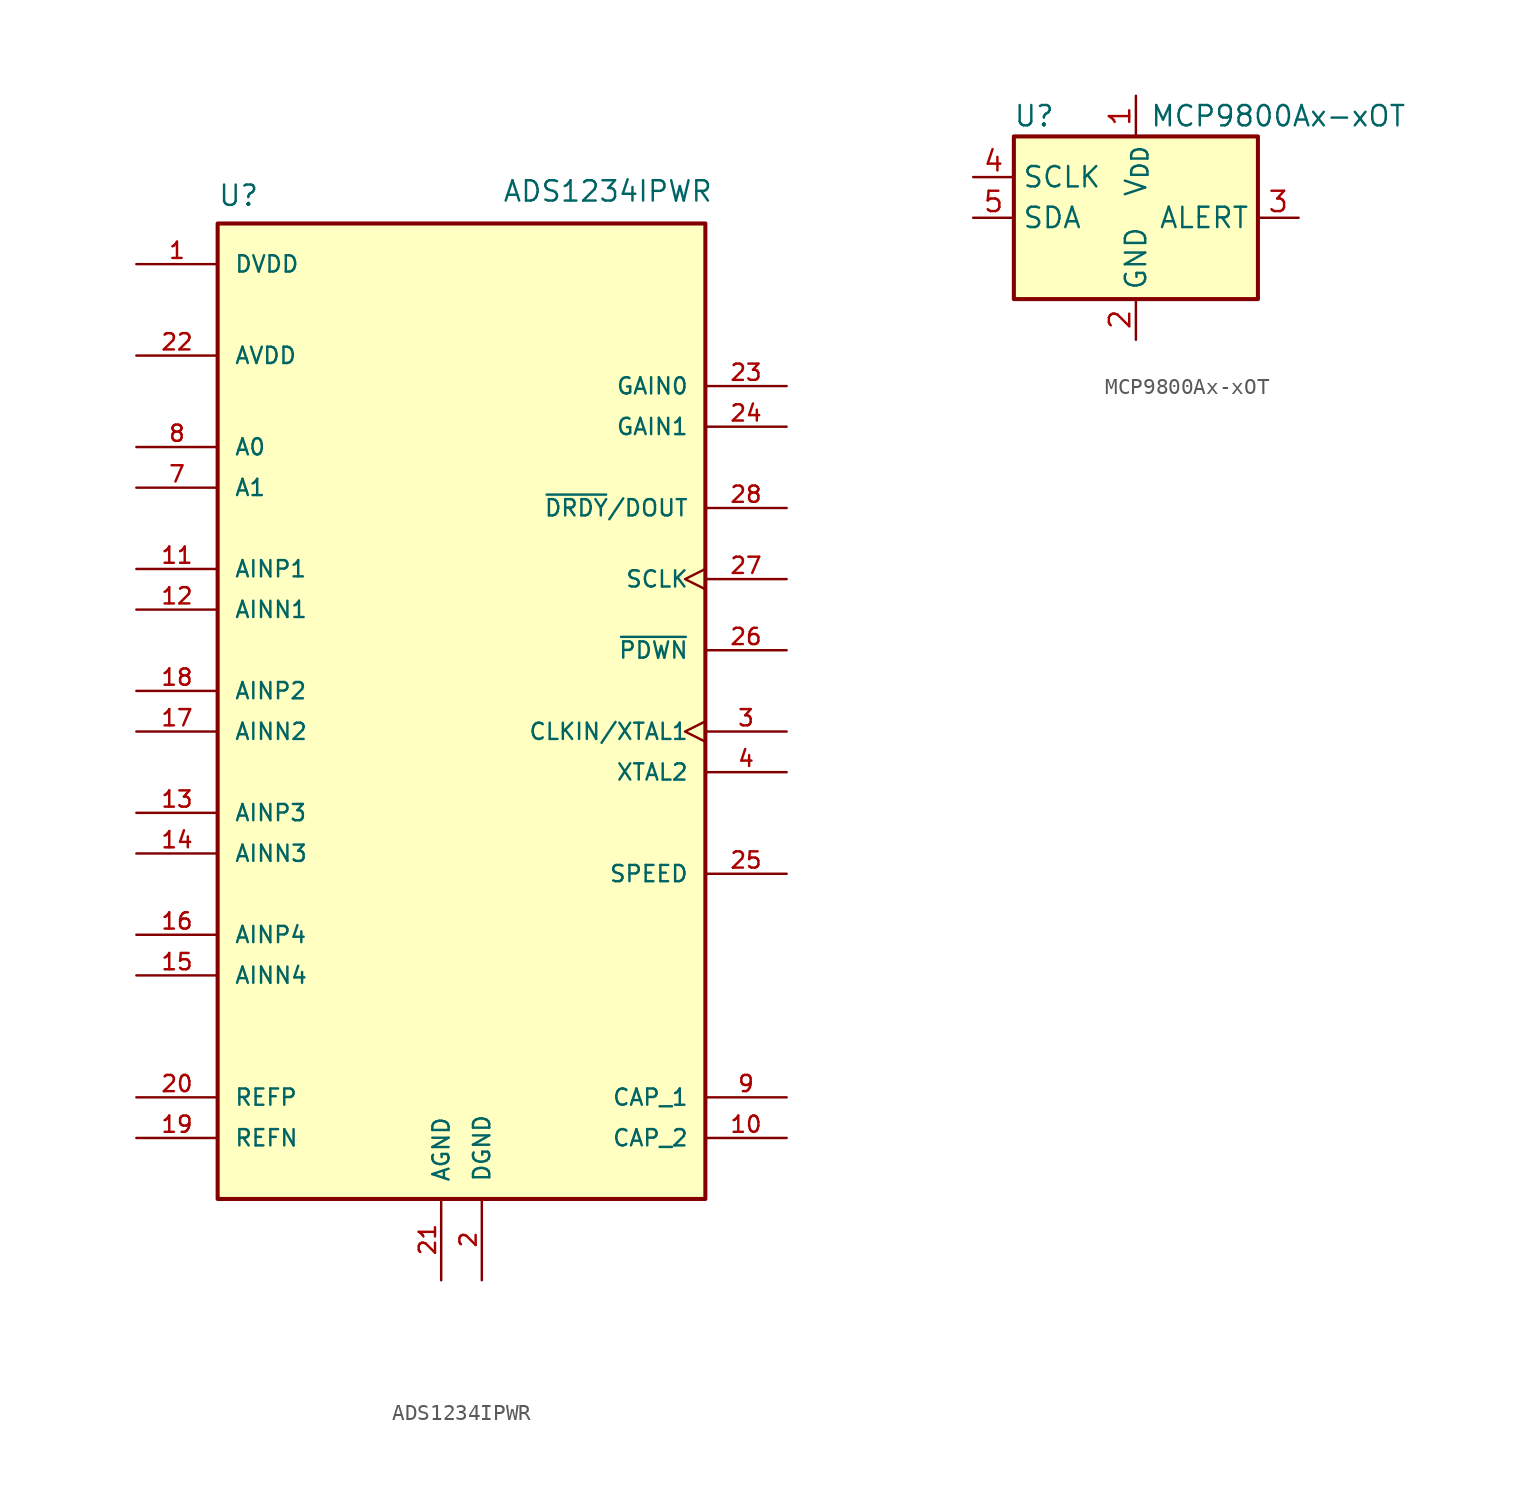
<source format=kicad_sym>
(kicad_symbol_lib
  (version 20220914)
  (generator kicad_symbol_editor)
  (symbol "ADS1234IPWR"
    (pin_names
      (offset 1.016))
    (property "Reference" "U"
      (at -15.24 31.48 0)
      (effects (font (size 1.27 1.27)) (justify left bottom)))
    (property "Value" "ADS1234IPWR"
      (at 2.54 31.75 0)
      (effects (font (size 1.27 1.27)) (justify left bottom)))
    (symbol "ADS1234IPWR_0_0"
      (rectangle (start -15.24 30.48) (end 15.24 -30.48) (stroke (width 0.254) (type default)) (fill (type background)))
      (pin power_in line (at -20.32 27.94 0) (length 5.08) (name "DVDD" (effects (font (size 1.016 1.016)))) (number "1" (effects (font (size 1.016 1.016)))))
      (pin passive line (at 20.32 -26.67 180) (length 5.08) (name "CAP_2" (effects (font (size 1.016 1.016)))) (number "10" (effects (font (size 1.016 1.016)))))
      (pin input line (at -20.32 8.89 0) (length 5.08) (name "AINP1" (effects (font (size 1.016 1.016)))) (number "11" (effects (font (size 1.016 1.016)))))
      (pin input line (at -20.32 6.35 0) (length 5.08) (name "AINN1" (effects (font (size 1.016 1.016)))) (number "12" (effects (font (size 1.016 1.016)))))
      (pin input line (at -20.32 -6.35 0) (length 5.08) (name "AINP3" (effects (font (size 1.016 1.016)))) (number "13" (effects (font (size 1.016 1.016)))))
      (pin input line (at -20.32 -8.89 0) (length 5.08) (name "AINN3" (effects (font (size 1.016 1.016)))) (number "14" (effects (font (size 1.016 1.016)))))
      (pin input line (at -20.32 -16.51 0) (length 5.08) (name "AINN4" (effects (font (size 1.016 1.016)))) (number "15" (effects (font (size 1.016 1.016)))))
      (pin input line (at -20.32 -13.97 0) (length 5.08) (name "AINP4" (effects (font (size 1.016 1.016)))) (number "16" (effects (font (size 1.016 1.016)))))
      (pin input line (at -20.32 -1.27 0) (length 5.08) (name "AINN2" (effects (font (size 1.016 1.016)))) (number "17" (effects (font (size 1.016 1.016)))))
      (pin input line (at -20.32 1.27 0) (length 5.08) (name "AINP2" (effects (font (size 1.016 1.016)))) (number "18" (effects (font (size 1.016 1.016)))))
      (pin input line (at -20.32 -26.67 0) (length 5.08) (name "REFN" (effects (font (size 1.016 1.016)))) (number "19" (effects (font (size 1.016 1.016)))))
      (pin input line (at -20.32 -24.13 0) (length 5.08) (name "REFP" (effects (font (size 1.016 1.016)))) (number "20" (effects (font (size 1.016 1.016)))))
      (pin power_in line (at -1.27 -35.56 90) (length 5.08) (name "AGND" (effects (font (size 1.016 1.016)))) (number "21" (effects (font (size 1.016 1.016)))))
      (pin power_in line (at -20.32 22.225 0) (length 5.08) (name "AVDD" (effects (font (size 1.016 1.016)))) (number "22" (effects (font (size 1.016 1.016)))))
      (pin input line (at 20.32 20.32 180) (length 5.08) (name "GAIN0" (effects (font (size 1.016 1.016)))) (number "23" (effects (font (size 1.016 1.016)))))
      (pin input line (at 20.32 17.78 180) (length 5.08) (name "GAIN1" (effects (font (size 1.016 1.016)))) (number "24" (effects (font (size 1.016 1.016)))))
      (pin input line (at 20.32 -10.16 180) (length 5.08) (name "SPEED" (effects (font (size 1.016 1.016)))) (number "25" (effects (font (size 1.016 1.016)))))
      (pin input line (at 20.32 3.81 180) (length 5.08) (name "~{PDWN}" (effects (font (size 1.016 1.016)))) (number "26" (effects (font (size 1.016 1.016)))))
      (pin input clock (at 20.32 8.255 180) (length 5.08) (name "SCLK" (effects (font (size 1.016 1.016)))) (number "27" (effects (font (size 1.016 1.016)))))
      (pin input clock (at 20.32 -1.27 180) (length 5.08) (name "CLKIN/XTAL1" (effects (font (size 1.016 1.016)))) (number "3" (effects (font (size 1.016 1.016)))))
      (pin input line (at 20.32 -3.81 180) (length 5.08) (name "XTAL2" (effects (font (size 1.016 1.016)))) (number "4" (effects (font (size 1.016 1.016)))))
      (pin input line (at -20.32 13.97 0) (length 5.08) (name "A1" (effects (font (size 1.016 1.016)))) (number "7" (effects (font (size 1.016 1.016)))))
      (pin input line (at -20.32 16.51 0) (length 5.08) (name "A0" (effects (font (size 1.016 1.016)))) (number "8" (effects (font (size 1.016 1.016)))))
      (pin passive line (at 20.32 -24.13 180) (length 5.08) (name "CAP_1" (effects (font (size 1.016 1.016)))) (number "9" (effects (font (size 1.016 1.016))))))
    (symbol "ADS1234IPWR_1_0"
      (pin power_in line (at 1.27 -35.56 90) (length 5.08) (name "DGND" (effects (font (size 1.016 1.016)))) (number "2" (effects (font (size 1.016 1.016)))))
      (pin output line (at 20.32 12.7 180) (length 5.08) (name "~{DRDY}/DOUT" (effects (font (size 1.016 1.016)))) (number "28" (effects (font (size 1.016 1.016)))))
      (pin power_in line (at 1.27 -35.56 90) (length 5.08) hide (name "DGND" (effects (font (size 1.016 1.016)))) (number "5" (effects (font (size 1.016 1.016)))))
      (pin power_in line (at 1.27 -35.56 90) (length 5.08) hide (name "DGND" (effects (font (size 1.016 1.016)))) (number "6" (effects (font (size 1.016 1.016)))))))
  (symbol "MCP9800Ax-xOT"
    (property "Reference" "U"
      (at -6.35 6.35 0)
      (effects (font (size 1.27 1.27))))
    (property "Value" "MCP9800Ax-xOT"
      (at 8.89 6.35 0)
      (effects (font (size 1.27 1.27))))
    (symbol "MCP9800Ax-xOT_0_1"
      (rectangle (start -7.62 5.08) (end 7.62 -5.08) (stroke (width 0.254) (type default)) (fill (type background))))
    (symbol "MCP9800Ax-xOT_1_1"
      (pin power_in line (at 0 7.62 270) (length 2.54) (name "V_{DD}" (effects (font (size 1.27 1.27)))) (number "1" (effects (font (size 1.27 1.27)))))
      (pin power_in line (at 0 -7.62 90) (length 2.54) (name "GND" (effects (font (size 1.27 1.27)))) (number "2" (effects (font (size 1.27 1.27)))))
      (pin output line (at 10.16 0 180) (length 2.54) (name "ALERT" (effects (font (size 1.27 1.27)))) (number "3" (effects (font (size 1.27 1.27)))))
      (pin input line (at -10.16 2.54 0) (length 2.54) (name "SCLK" (effects (font (size 1.27 1.27)))) (number "4" (effects (font (size 1.27 1.27)))))
      (pin bidirectional line (at -10.16 0 0) (length 2.54) (name "SDA" (effects (font (size 1.27 1.27)))) (number "5" (effects (font (size 1.27 1.27))))))))
</source>
